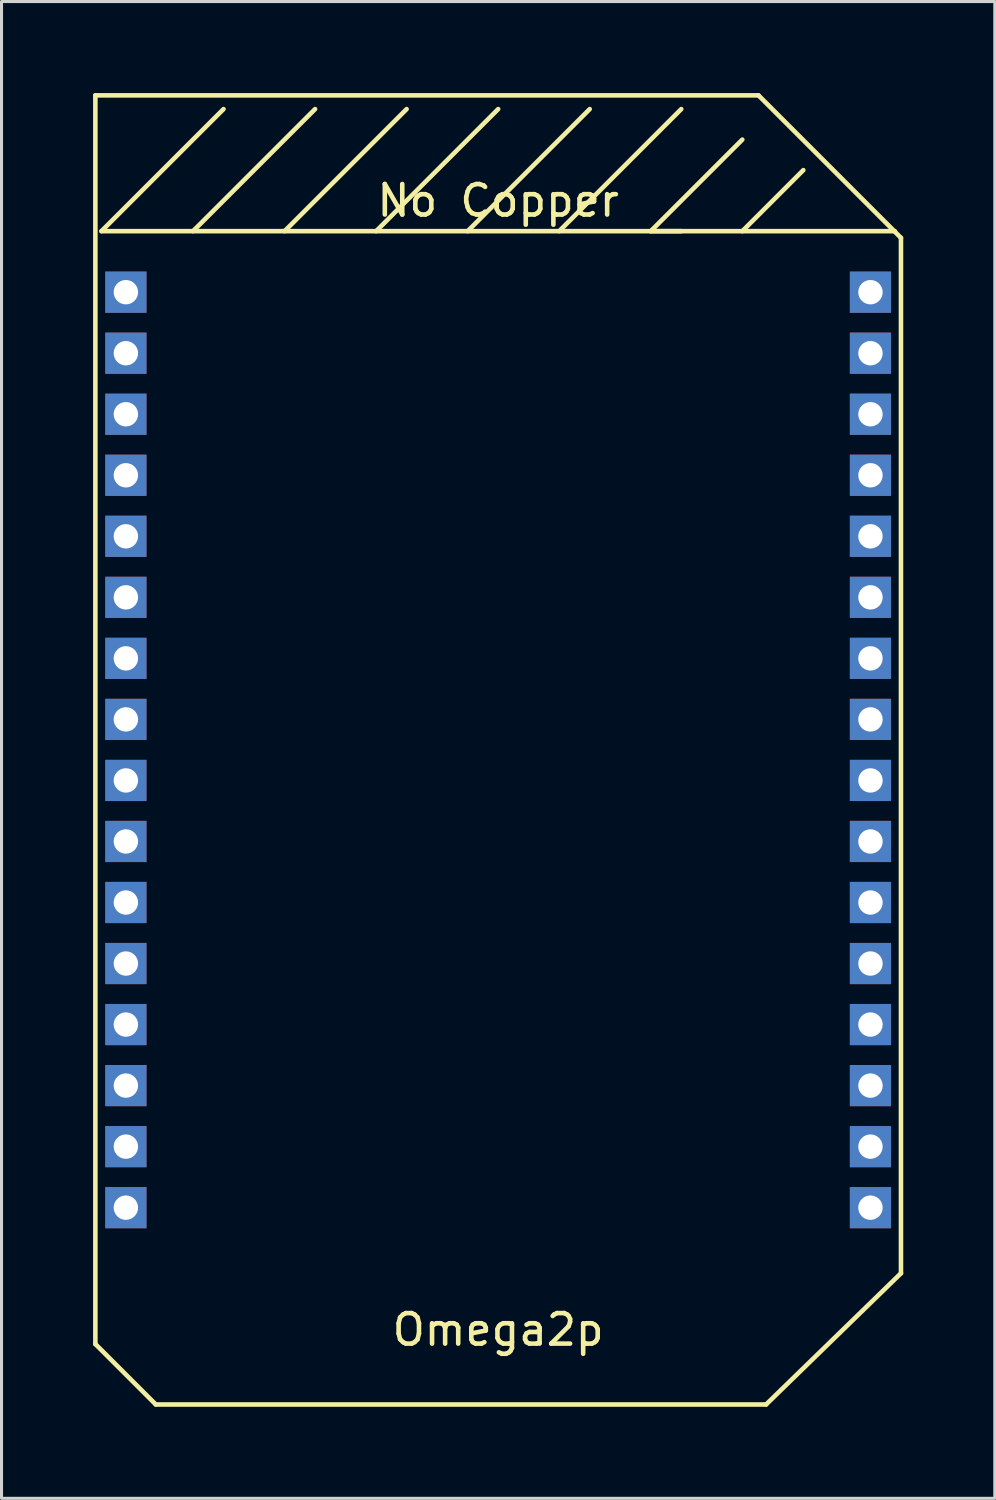
<source format=kicad_pcb>
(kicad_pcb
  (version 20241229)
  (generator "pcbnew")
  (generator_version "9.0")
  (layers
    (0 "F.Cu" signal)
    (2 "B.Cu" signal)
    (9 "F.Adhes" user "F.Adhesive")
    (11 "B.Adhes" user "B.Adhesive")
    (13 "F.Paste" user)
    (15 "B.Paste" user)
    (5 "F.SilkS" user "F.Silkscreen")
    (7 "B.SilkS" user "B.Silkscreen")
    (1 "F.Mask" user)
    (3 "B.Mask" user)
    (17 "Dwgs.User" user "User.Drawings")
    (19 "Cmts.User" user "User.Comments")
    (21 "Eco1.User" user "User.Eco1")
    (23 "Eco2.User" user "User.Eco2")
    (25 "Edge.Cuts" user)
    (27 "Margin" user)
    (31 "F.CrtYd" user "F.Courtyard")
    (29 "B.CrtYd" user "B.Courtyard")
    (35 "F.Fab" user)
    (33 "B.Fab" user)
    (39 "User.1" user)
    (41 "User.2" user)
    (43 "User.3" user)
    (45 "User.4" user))
  (footprint "Omega2p"
    (layer "F.Cu")
    (at 13.275 21.525)
    (property "Reference" "Omega2p" (at 0 19 0) (layer "F.SilkS") (effects (font (size 1 1) (thickness 0.15))))
    (attr through_hole)
    (fp_line (start -13.2 -21.45) (end 8.53 -21.45) (stroke (width 0.15) (type solid)) (layer "F.SilkS"))
    (fp_line (start -13.2 19.47) (end -13.2 -21.45) (stroke (width 0.15) (type solid)) (layer "F.SilkS"))
    (fp_line (start -13 -17) (end -9 -21) (stroke (width 0.15) (type solid)) (layer "F.SilkS"))
    (fp_line (start -11.22 21.45) (end -13.2 19.47) (stroke (width 0.15) (type solid)) (layer "F.SilkS"))
    (fp_line (start -10 -17) (end -6 -21) (stroke (width 0.15) (type solid)) (layer "F.SilkS"))
    (fp_line (start -7 -17) (end -3 -21) (stroke (width 0.15) (type solid)) (layer "F.SilkS"))
    (fp_line (start -4 -17) (end 0 -21) (stroke (width 0.15) (type solid)) (layer "F.SilkS"))
    (fp_line (start -1 -17) (end 3 -21) (stroke (width 0.15) (type solid)) (layer "F.SilkS"))
    (fp_line (start 2 -17) (end 6 -21) (stroke (width 0.15) (type solid)) (layer "F.SilkS"))
    (fp_line (start 5 -17) (end 8 -20) (stroke (width 0.15) (type solid)) (layer "F.SilkS"))
    (fp_line (start 6 -17) (end 5 -17) (stroke (width 0.15) (type solid)) (layer "F.SilkS"))
    (fp_line (start 8 -17) (end 10 -19) (stroke (width 0.15) (type solid)) (layer "F.SilkS"))
    (fp_line (start 8.53 -21.45) (end 13.2 -16.78) (stroke (width 0.15) (type solid)) (layer "F.SilkS"))
    (fp_line (start 8.78 21.45) (end -11.22 21.45) (stroke (width 0.15) (type solid)) (layer "F.SilkS"))
    (fp_line (start 13 -17) (end -13 -17) (stroke (width 0.15) (type solid)) (layer "F.SilkS"))
    (fp_line (start 13.2 -16.78) (end 13.2 17.15) (stroke (width 0.15) (type solid)) (layer "F.SilkS"))
    (fp_line (start 13.2 17.15) (end 8.78 21.45) (stroke (width 0.15) (type solid)) (layer "F.SilkS"))
    (fp_text user "No Copper" (at 0 -18 0) (layer "F.SilkS") (effects (font (size 1 1) (thickness 0.15))))
    (pad "A1" thru_hole rect (at -12.2 -15) (size 1.35 1.35) (drill 0.8) (layers "*.Cu" "*.Mask"))
    (pad "A2" thru_hole rect (at -12.2 -13) (size 1.35 1.35) (drill 0.8) (layers "*.Cu" "*.Mask"))
    (pad "A3" thru_hole rect (at -12.2 -11) (size 1.35 1.35) (drill 0.8) (layers "*.Cu" "*.Mask"))
    (pad "A4" thru_hole rect (at -12.2 -9) (size 1.35 1.35) (drill 0.8) (layers "*.Cu" "*.Mask"))
    (pad "A5" thru_hole rect (at -12.2 -7) (size 1.35 1.35) (drill 0.8) (layers "*.Cu" "*.Mask"))
    (pad "A6" thru_hole rect (at -12.2 -5) (size 1.35 1.35) (drill 0.8) (layers "*.Cu" "*.Mask"))
    (pad "A7" thru_hole rect (at -12.2 -3) (size 1.35 1.35) (drill 0.8) (layers "*.Cu" "*.Mask"))
    (pad "A8" thru_hole rect (at -12.2 -1) (size 1.35 1.35) (drill 0.8) (layers "*.Cu" "*.Mask"))
    (pad "A9" thru_hole rect (at -12.2 1) (size 1.35 1.35) (drill 0.8) (layers "*.Cu" "*.Mask"))
    (pad "A10" thru_hole rect (at -12.2 3) (size 1.35 1.35) (drill 0.8) (layers "*.Cu" "*.Mask"))
    (pad "A11" thru_hole rect (at -12.2 5) (size 1.35 1.35) (drill 0.8) (layers "*.Cu" "*.Mask"))
    (pad "A12" thru_hole rect (at -12.2 7) (size 1.35 1.35) (drill 0.8) (layers "*.Cu" "*.Mask"))
    (pad "A13" thru_hole rect (at -12.2 9) (size 1.35 1.35) (drill 0.8) (layers "*.Cu" "*.Mask"))
    (pad "A14" thru_hole rect (at -12.2 11) (size 1.35 1.35) (drill 0.8) (layers "*.Cu" "*.Mask"))
    (pad "A15" thru_hole rect (at -12.2 13) (size 1.35 1.35) (drill 0.8) (layers "*.Cu" "*.Mask"))
    (pad "A16" thru_hole rect (at -12.2 15) (size 1.35 1.35) (drill 0.8) (layers "*.Cu" "*.Mask"))
    (pad "B1" thru_hole rect (at 12.2 -15) (size 1.35 1.35) (drill 0.8) (layers "*.Cu" "*.Mask"))
    (pad "B2" thru_hole rect (at 12.2 -13) (size 1.35 1.35) (drill 0.8) (layers "*.Cu" "*.Mask"))
    (pad "B3" thru_hole rect (at 12.2 -11) (size 1.35 1.35) (drill 0.8) (layers "*.Cu" "*.Mask"))
    (pad "B4" thru_hole rect (at 12.2 -9) (size 1.35 1.35) (drill 0.8) (layers "*.Cu" "*.Mask"))
    (pad "B5" thru_hole rect (at 12.2 -7) (size 1.35 1.35) (drill 0.8) (layers "*.Cu" "*.Mask"))
    (pad "B6" thru_hole rect (at 12.2 -5) (size 1.35 1.35) (drill 0.8) (layers "*.Cu" "*.Mask"))
    (pad "B7" thru_hole rect (at 12.2 -3) (size 1.35 1.35) (drill 0.8) (layers "*.Cu" "*.Mask"))
    (pad "B8" thru_hole rect (at 12.2 -1) (size 1.35 1.35) (drill 0.8) (layers "*.Cu" "*.Mask"))
    (pad "B9" thru_hole rect (at 12.2 1) (size 1.35 1.35) (drill 0.8) (layers "*.Cu" "*.Mask"))
    (pad "B10" thru_hole rect (at 12.2 3) (size 1.35 1.35) (drill 0.8) (layers "*.Cu" "*.Mask"))
    (pad "B11" thru_hole rect (at 12.2 5) (size 1.35 1.35) (drill 0.8) (layers "*.Cu" "*.Mask"))
    (pad "B12" thru_hole rect (at 12.2 7) (size 1.35 1.35) (drill 0.8) (layers "*.Cu" "*.Mask"))
    (pad "B13" thru_hole rect (at 12.2 9) (size 1.35 1.35) (drill 0.8) (layers "*.Cu" "*.Mask"))
    (pad "B14" thru_hole rect (at 12.2 11) (size 1.35 1.35) (drill 0.8) (layers "*.Cu" "*.Mask"))
    (pad "B15" thru_hole rect (at 12.2 13) (size 1.35 1.35) (drill 0.8) (layers "*.Cu" "*.Mask"))
    (pad "B16" thru_hole rect (at 12.2 15) (size 1.35 1.35) (drill 0.8) (layers "*.Cu" "*.Mask")))
  (gr_rect
    (start -3 -3)
    (end 29.55 46.05)
    (stroke (width 0.1) (type default))
    (fill no)
    (layer "Edge.Cuts")))
</source>
